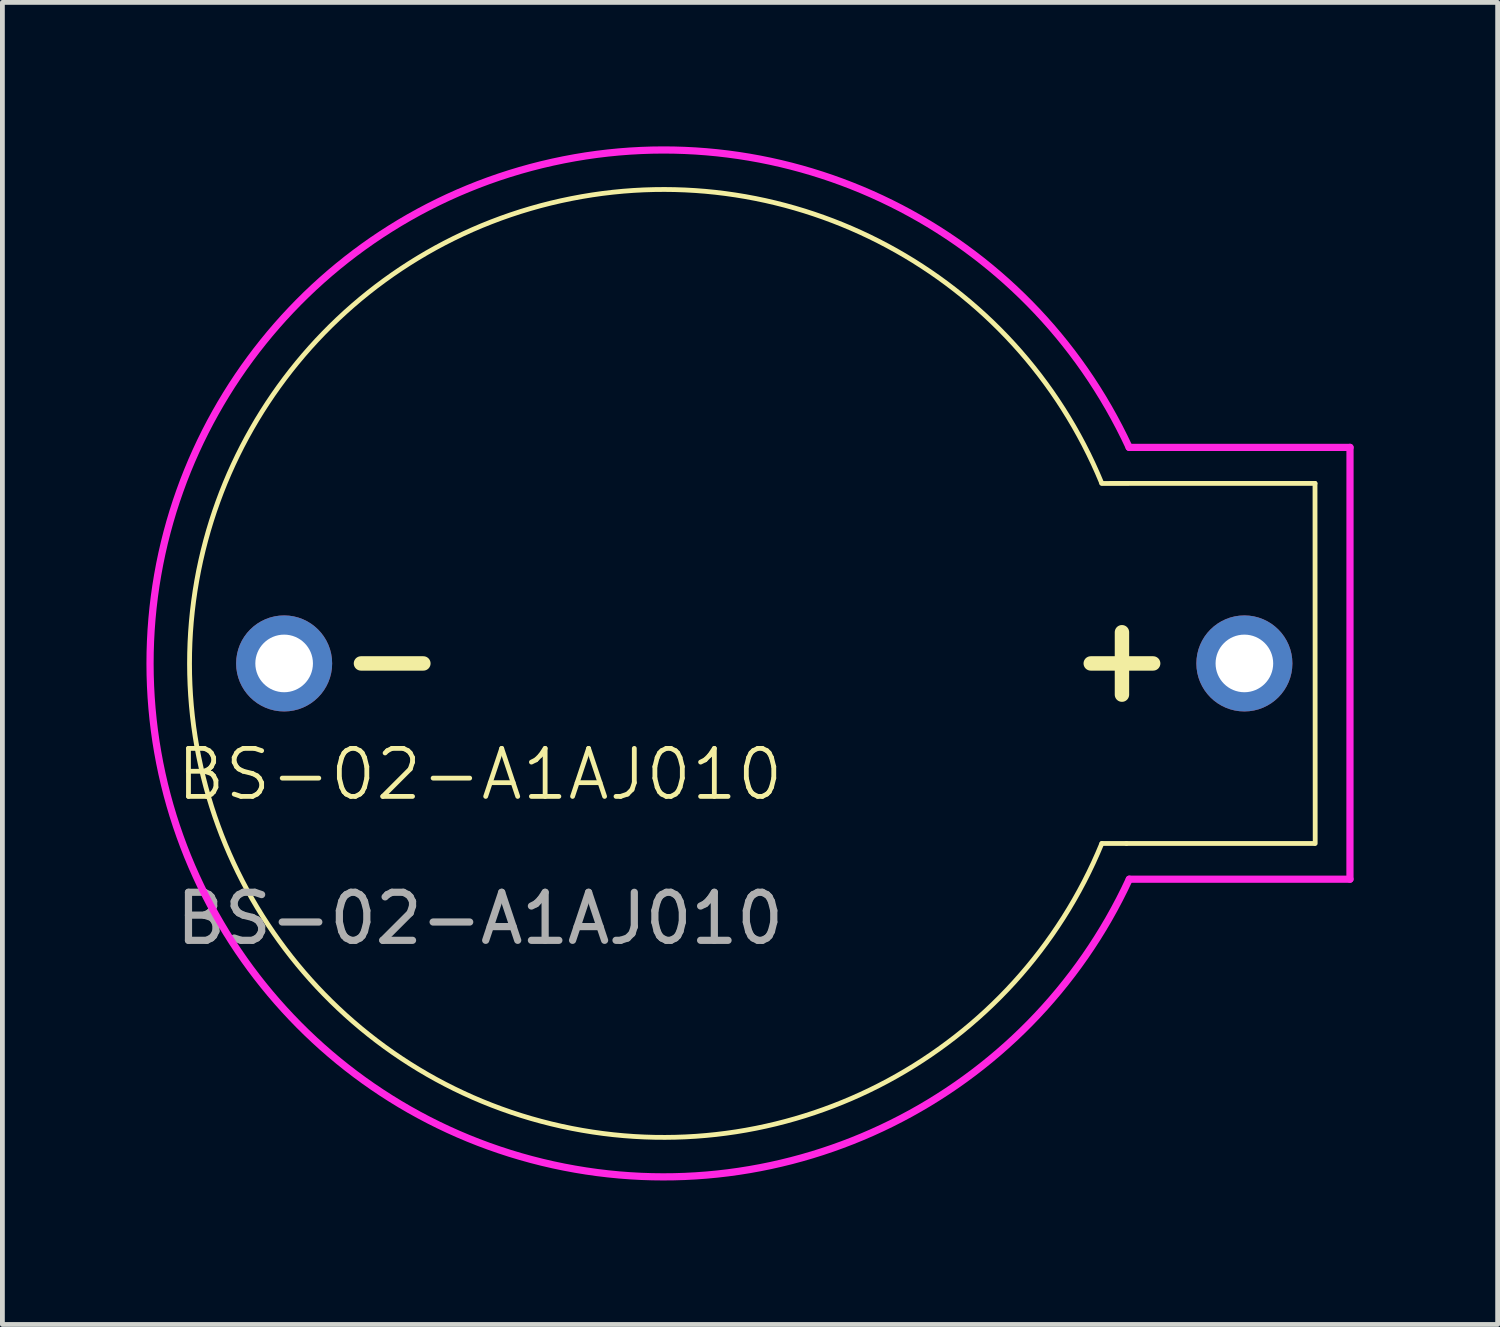
<source format=kicad_pcb>
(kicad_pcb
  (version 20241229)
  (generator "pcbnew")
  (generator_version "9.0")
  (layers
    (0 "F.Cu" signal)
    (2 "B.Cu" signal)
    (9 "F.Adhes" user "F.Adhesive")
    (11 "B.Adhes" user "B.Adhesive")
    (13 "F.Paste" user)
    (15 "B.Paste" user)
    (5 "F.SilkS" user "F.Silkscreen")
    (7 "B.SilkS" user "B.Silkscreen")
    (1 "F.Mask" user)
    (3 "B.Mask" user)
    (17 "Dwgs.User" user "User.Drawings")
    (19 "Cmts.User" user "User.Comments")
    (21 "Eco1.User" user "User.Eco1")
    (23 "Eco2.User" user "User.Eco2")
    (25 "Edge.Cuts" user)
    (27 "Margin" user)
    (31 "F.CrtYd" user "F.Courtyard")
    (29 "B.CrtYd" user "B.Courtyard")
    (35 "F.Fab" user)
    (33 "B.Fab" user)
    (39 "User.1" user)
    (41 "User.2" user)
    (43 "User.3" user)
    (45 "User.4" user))
  (footprint "BS-02-A1AJ010"
    (layer "F.Cu")
    (at 10.768 10.768)
    (property "Reference" "BS-02-A1AJ010" (at -3.821 2.312 0) (unlocked yes) (layer "F.SilkS") (effects (font (size 1 1) (thickness 0.1))))
    (attr smd)
    (fp_line (start -6.3 0) (end -5 0) (stroke (width 0.3) (type default)) (layer "F.SilkS"))
    (fp_line (start 8.9 0) (end 10.2 0) (stroke (width 0.3) (type default)) (layer "F.SilkS"))
    (fp_line (start 9.55 0.65) (end 9.55 -0.65) (stroke (width 0.3) (type default)) (layer "F.SilkS"))
    (fp_line (start 9.644 3.75) (end 9.131 3.75) (stroke (width 0.1) (type default)) (layer "F.SilkS"))
    (fp_line (start 9.644 3.75) (end 13.556 3.75) (stroke (width 0.1) (type default)) (layer "F.SilkS"))
    (fp_line (start 13.571 -3.75) (end 9.129 -3.749) (stroke (width 0.1) (type default)) (layer "F.SilkS"))
    (fp_line (start 13.575 3.75) (end 13.571 -3.75) (stroke (width 0.1) (type default)) (layer "F.SilkS"))
    (fp_arc (start 9.130551 3.75) (mid -9.870635 0.005821) (end 9.126122 -3.760766) (stroke (width 0.1) (type default)) (layer "F.SilkS"))
    (fp_line (start 9.7 -4.5) (end 14.3 -4.5) (stroke (width 0.15) (type default)) (layer "F.CrtYd"))
    (fp_line (start 14.299 4.494) (end 9.703 4.494) (stroke (width 0.15) (type default)) (layer "F.CrtYd"))
    (fp_line (start 14.3 -4.5) (end 14.299 4.494) (stroke (width 0.15) (type default)) (layer "F.CrtYd"))
    (fp_arc (start 9.702812 4.493934) (mid -10.692988 0.003341) (end 9.7 -4.5) (stroke (width 0.15) (type default)) (layer "F.CrtYd"))
    (fp_text user "${REFERENCE}" (at -3.821 5.312 0) (unlocked yes) (layer "F.Fab") (effects (font (size 1 1) (thickness 0.15))))
    (pad "1" thru_hole oval (at 12.1 0) (size 2 2) (drill 1.2) (layers "*.Cu" "*.Mask"))
    (pad "2" thru_hole oval (at -7.9 0) (size 2 2) (drill 1.2) (layers "*.Cu" "*.Mask")))
  (gr_rect
    (start -3 -3)
    (end 28.143 24.536)
    (stroke (width 0.1) (type default))
    (fill no)
    (layer "Edge.Cuts")))
</source>
